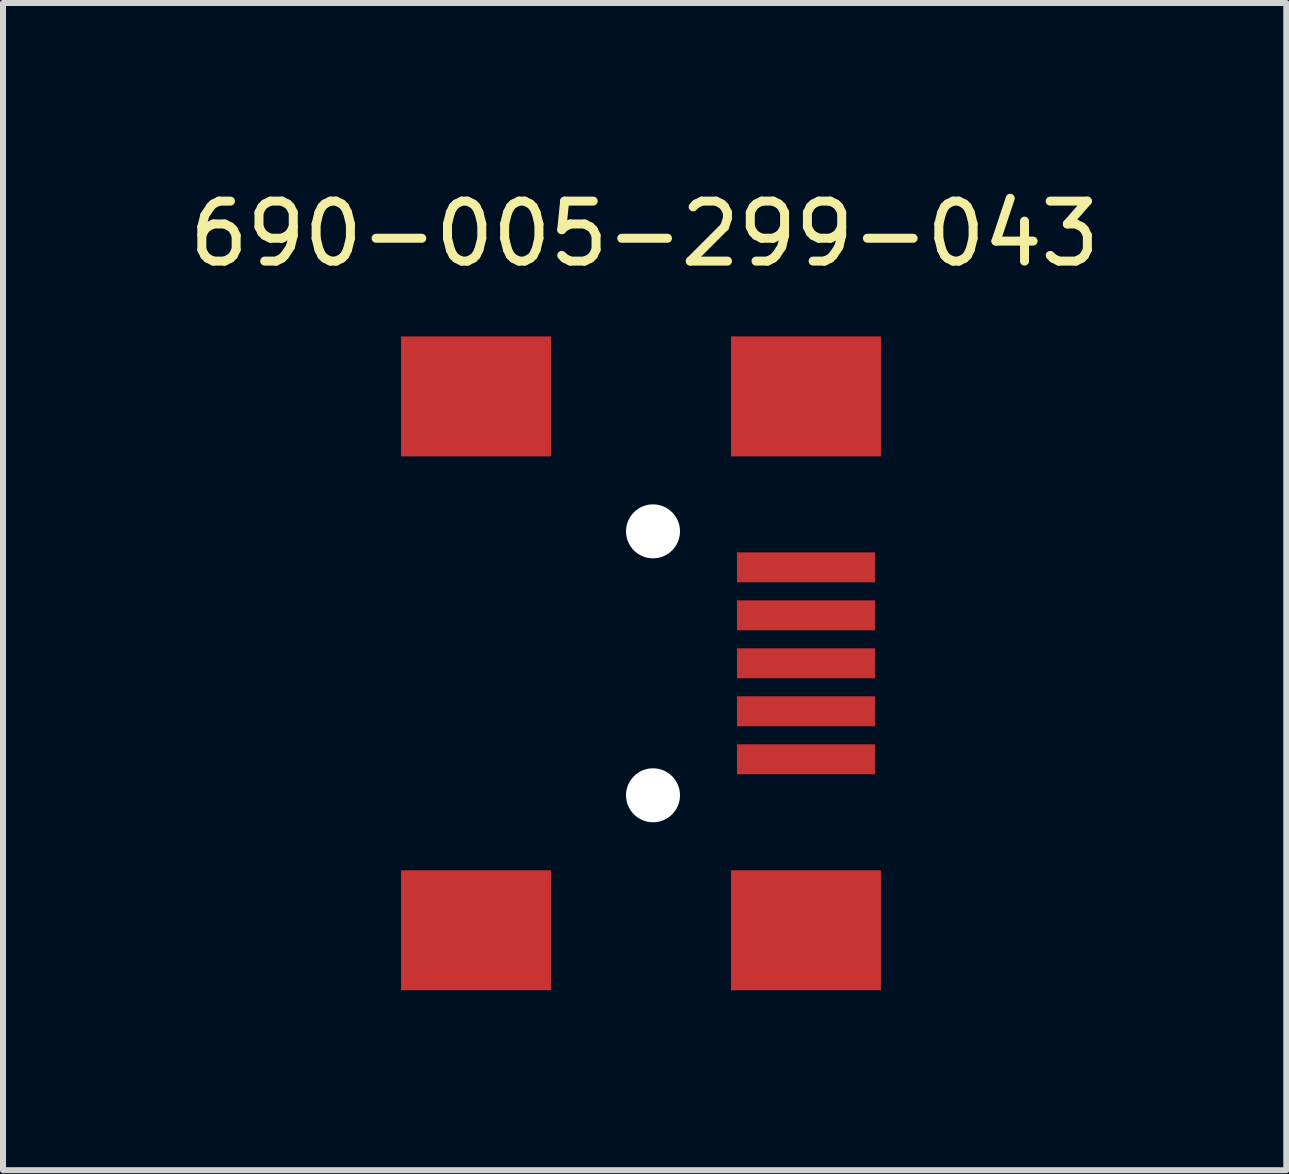
<source format=kicad_pcb>
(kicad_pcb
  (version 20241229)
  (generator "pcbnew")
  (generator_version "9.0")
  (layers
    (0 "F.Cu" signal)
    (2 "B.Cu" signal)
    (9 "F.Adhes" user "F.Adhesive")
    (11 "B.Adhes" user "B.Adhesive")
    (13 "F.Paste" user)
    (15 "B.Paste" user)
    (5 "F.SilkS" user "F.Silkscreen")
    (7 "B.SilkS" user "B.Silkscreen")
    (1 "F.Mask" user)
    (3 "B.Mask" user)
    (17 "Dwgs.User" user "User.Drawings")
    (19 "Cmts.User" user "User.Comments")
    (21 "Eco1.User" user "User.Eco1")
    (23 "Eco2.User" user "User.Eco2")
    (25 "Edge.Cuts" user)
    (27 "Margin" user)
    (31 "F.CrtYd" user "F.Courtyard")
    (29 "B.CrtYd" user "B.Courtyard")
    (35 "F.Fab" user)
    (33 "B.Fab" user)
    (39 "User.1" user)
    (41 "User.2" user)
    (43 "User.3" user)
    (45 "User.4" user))
  (footprint "690-005-299-043"
    (layer "F.Cu")
    (at 7.836 8.008)
    (property "Reference" "690-005-299-043" (at -0.14 -7.16 0) (layer "F.SilkS") (effects (font (size 1 1) (thickness 0.15))))
    (attr through_hole)
    (pad "" np_thru_hole circle (at 0 -2.2) (size 0.9 0.9) (drill 0.9) (layers "*.Cu" "*.Mask"))
    (pad "" np_thru_hole circle (at 0 2.2) (size 0.9 0.9) (drill 0.9) (layers "*.Cu" "*.Mask"))
    (pad "1" smd rect (at 2.55 -1.6) (size 2.3 0.5) (layers "F.Cu" "F.Mask" "F.Paste"))
    (pad "2" smd rect (at 2.55 -0.8) (size 2.3 0.5) (layers "F.Cu" "F.Mask" "F.Paste"))
    (pad "3" smd rect (at 2.55 0) (size 2.3 0.5) (layers "F.Cu" "F.Mask" "F.Paste"))
    (pad "4" smd rect (at 2.55 0.8) (size 2.3 0.5) (layers "F.Cu" "F.Mask" "F.Paste"))
    (pad "5" smd rect (at 2.55 1.6) (size 2.3 0.5) (layers "F.Cu" "F.Mask" "F.Paste"))
    (pad "GND" smd rect (at -2.95 -4.45) (size 2.5 2) (layers "F.Cu" "F.Mask" "F.Paste"))
    (pad "GND" smd rect (at -2.95 4.45) (size 2.5 2) (layers "F.Cu" "F.Mask" "F.Paste"))
    (pad "GND" smd rect (at 2.55 -4.45) (size 2.5 2) (layers "F.Cu" "F.Mask" "F.Paste"))
    (pad "GND" smd rect (at 2.55 4.45) (size 2.5 2) (layers "F.Cu" "F.Mask" "F.Paste")))
  (gr_rect
    (start -3 -3)
    (end 18.393 16.458)
    (stroke (width 0.1) (type default))
    (fill no)
    (layer "Edge.Cuts")))
</source>
